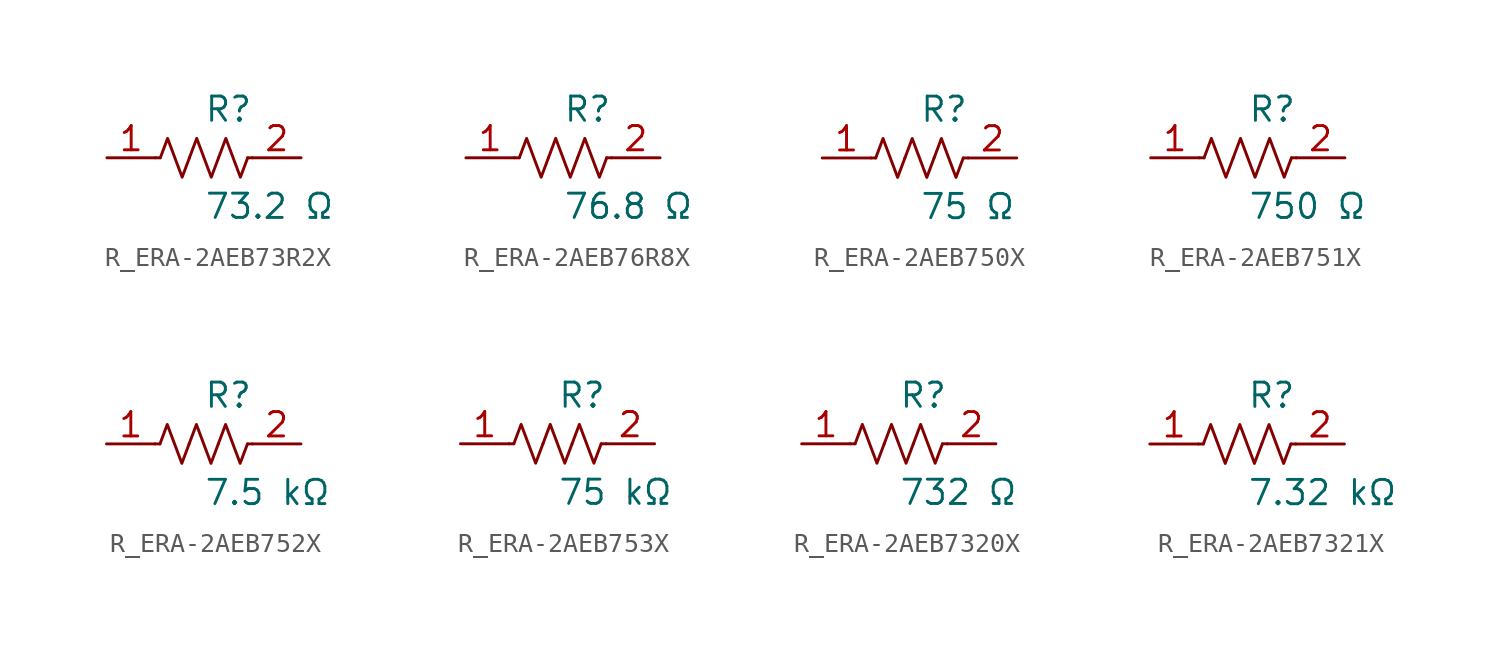
<source format=kicad_sym>
(kicad_symbol_lib
  (version 20231120)
  (generator kicad_symbol_editor)
  (generator_version 8.0)
  (symbol "R_ERA-2AEB73R2X"
    (pin_names
      (offset 0.254))
    (property "Reference" "R"
      (at 0.0 2.54 0)
      (effects (font (size 1.27 1.27)) (justify left)))
    (property "Value" "73.2 Ω"
      (at 0.0 -2.54 0)
      (effects (font (size 1.27 1.27)) (justify left)))
    (symbol "R_ERA-2AEB73R2X_0_1"
      (polyline (pts (xy 2.286 0) (xy 2.54 0)) (stroke (width 0) (type default)) (fill (type none)))
      (polyline (pts (xy -2.286 0) (xy -2.54 0)) (stroke (width 0) (type default)) (fill (type none)))
      (polyline (pts (xy 0.762 0) (xy 1.143 1.016) (xy 1.524 0) (xy 1.905 -1.016) (xy 2.286 0)) (stroke (width 0) (type default)) (fill (type none)))
      (polyline (pts (xy -0.762 0) (xy -0.381 1.016) (xy 0 0) (xy 0.381 -1.016) (xy 0.762 0)) (stroke (width 0) (type default)) (fill (type none)))
      (polyline (pts (xy -2.286 0) (xy -1.905 1.016) (xy -1.524 0) (xy -1.143 -1.016) (xy -0.762 0)) (stroke (width 0) (type default)) (fill (type none))))
    (pin unspecified line
      (at -5.08 0 0)
      (length 2.54)
      (name "" (effects (font (size 1.27 1.27))))
      (number "1" (effects (font (size 1.27 1.27)))))
    (pin unspecified line
      (at 5.08 0 180)
      (length 2.54)
      (name "" (effects (font (size 1.27 1.27))))
      (number "2" (effects (font (size 1.27 1.27))))))
  (symbol "R_ERA-2AEB76R8X"
    (pin_names
      (offset 0.254))
    (property "Reference" "R"
      (at 0.0 2.54 0)
      (effects (font (size 1.27 1.27)) (justify left)))
    (property "Value" "76.8 Ω"
      (at 0.0 -2.54 0)
      (effects (font (size 1.27 1.27)) (justify left)))
    (symbol "R_ERA-2AEB76R8X_0_1"
      (polyline (pts (xy 2.286 0) (xy 2.54 0)) (stroke (width 0) (type default)) (fill (type none)))
      (polyline (pts (xy -2.286 0) (xy -2.54 0)) (stroke (width 0) (type default)) (fill (type none)))
      (polyline (pts (xy 0.762 0) (xy 1.143 1.016) (xy 1.524 0) (xy 1.905 -1.016) (xy 2.286 0)) (stroke (width 0) (type default)) (fill (type none)))
      (polyline (pts (xy -0.762 0) (xy -0.381 1.016) (xy 0 0) (xy 0.381 -1.016) (xy 0.762 0)) (stroke (width 0) (type default)) (fill (type none)))
      (polyline (pts (xy -2.286 0) (xy -1.905 1.016) (xy -1.524 0) (xy -1.143 -1.016) (xy -0.762 0)) (stroke (width 0) (type default)) (fill (type none))))
    (pin unspecified line
      (at -5.08 0 0)
      (length 2.54)
      (name "" (effects (font (size 1.27 1.27))))
      (number "1" (effects (font (size 1.27 1.27)))))
    (pin unspecified line
      (at 5.08 0 180)
      (length 2.54)
      (name "" (effects (font (size 1.27 1.27))))
      (number "2" (effects (font (size 1.27 1.27))))))
  (symbol "R_ERA-2AEB750X"
    (pin_names
      (offset 0.254))
    (property "Reference" "R"
      (at 0.0 2.54 0)
      (effects (font (size 1.27 1.27)) (justify left)))
    (property "Value" "75 Ω"
      (at 0.0 -2.54 0)
      (effects (font (size 1.27 1.27)) (justify left)))
    (symbol "R_ERA-2AEB750X_0_1"
      (polyline (pts (xy 2.286 0) (xy 2.54 0)) (stroke (width 0) (type default)) (fill (type none)))
      (polyline (pts (xy -2.286 0) (xy -2.54 0)) (stroke (width 0) (type default)) (fill (type none)))
      (polyline (pts (xy 0.762 0) (xy 1.143 1.016) (xy 1.524 0) (xy 1.905 -1.016) (xy 2.286 0)) (stroke (width 0) (type default)) (fill (type none)))
      (polyline (pts (xy -0.762 0) (xy -0.381 1.016) (xy 0 0) (xy 0.381 -1.016) (xy 0.762 0)) (stroke (width 0) (type default)) (fill (type none)))
      (polyline (pts (xy -2.286 0) (xy -1.905 1.016) (xy -1.524 0) (xy -1.143 -1.016) (xy -0.762 0)) (stroke (width 0) (type default)) (fill (type none))))
    (pin unspecified line
      (at -5.08 0 0)
      (length 2.54)
      (name "" (effects (font (size 1.27 1.27))))
      (number "1" (effects (font (size 1.27 1.27)))))
    (pin unspecified line
      (at 5.08 0 180)
      (length 2.54)
      (name "" (effects (font (size 1.27 1.27))))
      (number "2" (effects (font (size 1.27 1.27))))))
  (symbol "R_ERA-2AEB751X"
    (pin_names
      (offset 0.254))
    (property "Reference" "R"
      (at 0.0 2.54 0)
      (effects (font (size 1.27 1.27)) (justify left)))
    (property "Value" "750 Ω"
      (at 0.0 -2.54 0)
      (effects (font (size 1.27 1.27)) (justify left)))
    (symbol "R_ERA-2AEB751X_0_1"
      (polyline (pts (xy 2.286 0) (xy 2.54 0)) (stroke (width 0) (type default)) (fill (type none)))
      (polyline (pts (xy -2.286 0) (xy -2.54 0)) (stroke (width 0) (type default)) (fill (type none)))
      (polyline (pts (xy 0.762 0) (xy 1.143 1.016) (xy 1.524 0) (xy 1.905 -1.016) (xy 2.286 0)) (stroke (width 0) (type default)) (fill (type none)))
      (polyline (pts (xy -0.762 0) (xy -0.381 1.016) (xy 0 0) (xy 0.381 -1.016) (xy 0.762 0)) (stroke (width 0) (type default)) (fill (type none)))
      (polyline (pts (xy -2.286 0) (xy -1.905 1.016) (xy -1.524 0) (xy -1.143 -1.016) (xy -0.762 0)) (stroke (width 0) (type default)) (fill (type none))))
    (pin unspecified line
      (at -5.08 0 0)
      (length 2.54)
      (name "" (effects (font (size 1.27 1.27))))
      (number "1" (effects (font (size 1.27 1.27)))))
    (pin unspecified line
      (at 5.08 0 180)
      (length 2.54)
      (name "" (effects (font (size 1.27 1.27))))
      (number "2" (effects (font (size 1.27 1.27))))))
  (symbol "R_ERA-2AEB752X"
    (pin_names
      (offset 0.254))
    (property "Reference" "R"
      (at 0.0 2.54 0)
      (effects (font (size 1.27 1.27)) (justify left)))
    (property "Value" "7.5 kΩ"
      (at 0.0 -2.54 0)
      (effects (font (size 1.27 1.27)) (justify left)))
    (symbol "R_ERA-2AEB752X_0_1"
      (polyline (pts (xy 2.286 0) (xy 2.54 0)) (stroke (width 0) (type default)) (fill (type none)))
      (polyline (pts (xy -2.286 0) (xy -2.54 0)) (stroke (width 0) (type default)) (fill (type none)))
      (polyline (pts (xy 0.762 0) (xy 1.143 1.016) (xy 1.524 0) (xy 1.905 -1.016) (xy 2.286 0)) (stroke (width 0) (type default)) (fill (type none)))
      (polyline (pts (xy -0.762 0) (xy -0.381 1.016) (xy 0 0) (xy 0.381 -1.016) (xy 0.762 0)) (stroke (width 0) (type default)) (fill (type none)))
      (polyline (pts (xy -2.286 0) (xy -1.905 1.016) (xy -1.524 0) (xy -1.143 -1.016) (xy -0.762 0)) (stroke (width 0) (type default)) (fill (type none))))
    (pin unspecified line
      (at -5.08 0 0)
      (length 2.54)
      (name "" (effects (font (size 1.27 1.27))))
      (number "1" (effects (font (size 1.27 1.27)))))
    (pin unspecified line
      (at 5.08 0 180)
      (length 2.54)
      (name "" (effects (font (size 1.27 1.27))))
      (number "2" (effects (font (size 1.27 1.27))))))
  (symbol "R_ERA-2AEB753X"
    (pin_names
      (offset 0.254))
    (property "Reference" "R"
      (at 0.0 2.54 0)
      (effects (font (size 1.27 1.27)) (justify left)))
    (property "Value" "75 kΩ"
      (at 0.0 -2.54 0)
      (effects (font (size 1.27 1.27)) (justify left)))
    (symbol "R_ERA-2AEB753X_0_1"
      (polyline (pts (xy 2.286 0) (xy 2.54 0)) (stroke (width 0) (type default)) (fill (type none)))
      (polyline (pts (xy -2.286 0) (xy -2.54 0)) (stroke (width 0) (type default)) (fill (type none)))
      (polyline (pts (xy 0.762 0) (xy 1.143 1.016) (xy 1.524 0) (xy 1.905 -1.016) (xy 2.286 0)) (stroke (width 0) (type default)) (fill (type none)))
      (polyline (pts (xy -0.762 0) (xy -0.381 1.016) (xy 0 0) (xy 0.381 -1.016) (xy 0.762 0)) (stroke (width 0) (type default)) (fill (type none)))
      (polyline (pts (xy -2.286 0) (xy -1.905 1.016) (xy -1.524 0) (xy -1.143 -1.016) (xy -0.762 0)) (stroke (width 0) (type default)) (fill (type none))))
    (pin unspecified line
      (at -5.08 0 0)
      (length 2.54)
      (name "" (effects (font (size 1.27 1.27))))
      (number "1" (effects (font (size 1.27 1.27)))))
    (pin unspecified line
      (at 5.08 0 180)
      (length 2.54)
      (name "" (effects (font (size 1.27 1.27))))
      (number "2" (effects (font (size 1.27 1.27))))))
  (symbol "R_ERA-2AEB7320X"
    (pin_names
      (offset 0.254))
    (property "Reference" "R"
      (at 0.0 2.54 0)
      (effects (font (size 1.27 1.27)) (justify left)))
    (property "Value" "732 Ω"
      (at 0.0 -2.54 0)
      (effects (font (size 1.27 1.27)) (justify left)))
    (symbol "R_ERA-2AEB7320X_0_1"
      (polyline (pts (xy 2.286 0) (xy 2.54 0)) (stroke (width 0) (type default)) (fill (type none)))
      (polyline (pts (xy -2.286 0) (xy -2.54 0)) (stroke (width 0) (type default)) (fill (type none)))
      (polyline (pts (xy 0.762 0) (xy 1.143 1.016) (xy 1.524 0) (xy 1.905 -1.016) (xy 2.286 0)) (stroke (width 0) (type default)) (fill (type none)))
      (polyline (pts (xy -0.762 0) (xy -0.381 1.016) (xy 0 0) (xy 0.381 -1.016) (xy 0.762 0)) (stroke (width 0) (type default)) (fill (type none)))
      (polyline (pts (xy -2.286 0) (xy -1.905 1.016) (xy -1.524 0) (xy -1.143 -1.016) (xy -0.762 0)) (stroke (width 0) (type default)) (fill (type none))))
    (pin unspecified line
      (at -5.08 0 0)
      (length 2.54)
      (name "" (effects (font (size 1.27 1.27))))
      (number "1" (effects (font (size 1.27 1.27)))))
    (pin unspecified line
      (at 5.08 0 180)
      (length 2.54)
      (name "" (effects (font (size 1.27 1.27))))
      (number "2" (effects (font (size 1.27 1.27))))))
  (symbol "R_ERA-2AEB7321X"
    (pin_names
      (offset 0.254))
    (property "Reference" "R"
      (at 0.0 2.54 0)
      (effects (font (size 1.27 1.27)) (justify left)))
    (property "Value" "7.32 kΩ"
      (at 0.0 -2.54 0)
      (effects (font (size 1.27 1.27)) (justify left)))
    (symbol "R_ERA-2AEB7321X_0_1"
      (polyline (pts (xy 2.286 0) (xy 2.54 0)) (stroke (width 0) (type default)) (fill (type none)))
      (polyline (pts (xy -2.286 0) (xy -2.54 0)) (stroke (width 0) (type default)) (fill (type none)))
      (polyline (pts (xy 0.762 0) (xy 1.143 1.016) (xy 1.524 0) (xy 1.905 -1.016) (xy 2.286 0)) (stroke (width 0) (type default)) (fill (type none)))
      (polyline (pts (xy -0.762 0) (xy -0.381 1.016) (xy 0 0) (xy 0.381 -1.016) (xy 0.762 0)) (stroke (width 0) (type default)) (fill (type none)))
      (polyline (pts (xy -2.286 0) (xy -1.905 1.016) (xy -1.524 0) (xy -1.143 -1.016) (xy -0.762 0)) (stroke (width 0) (type default)) (fill (type none))))
    (pin unspecified line
      (at -5.08 0 0)
      (length 2.54)
      (name "" (effects (font (size 1.27 1.27))))
      (number "1" (effects (font (size 1.27 1.27)))))
    (pin unspecified line
      (at 5.08 0 180)
      (length 2.54)
      (name "" (effects (font (size 1.27 1.27))))
      (number "2" (effects (font (size 1.27 1.27)))))))
</source>
